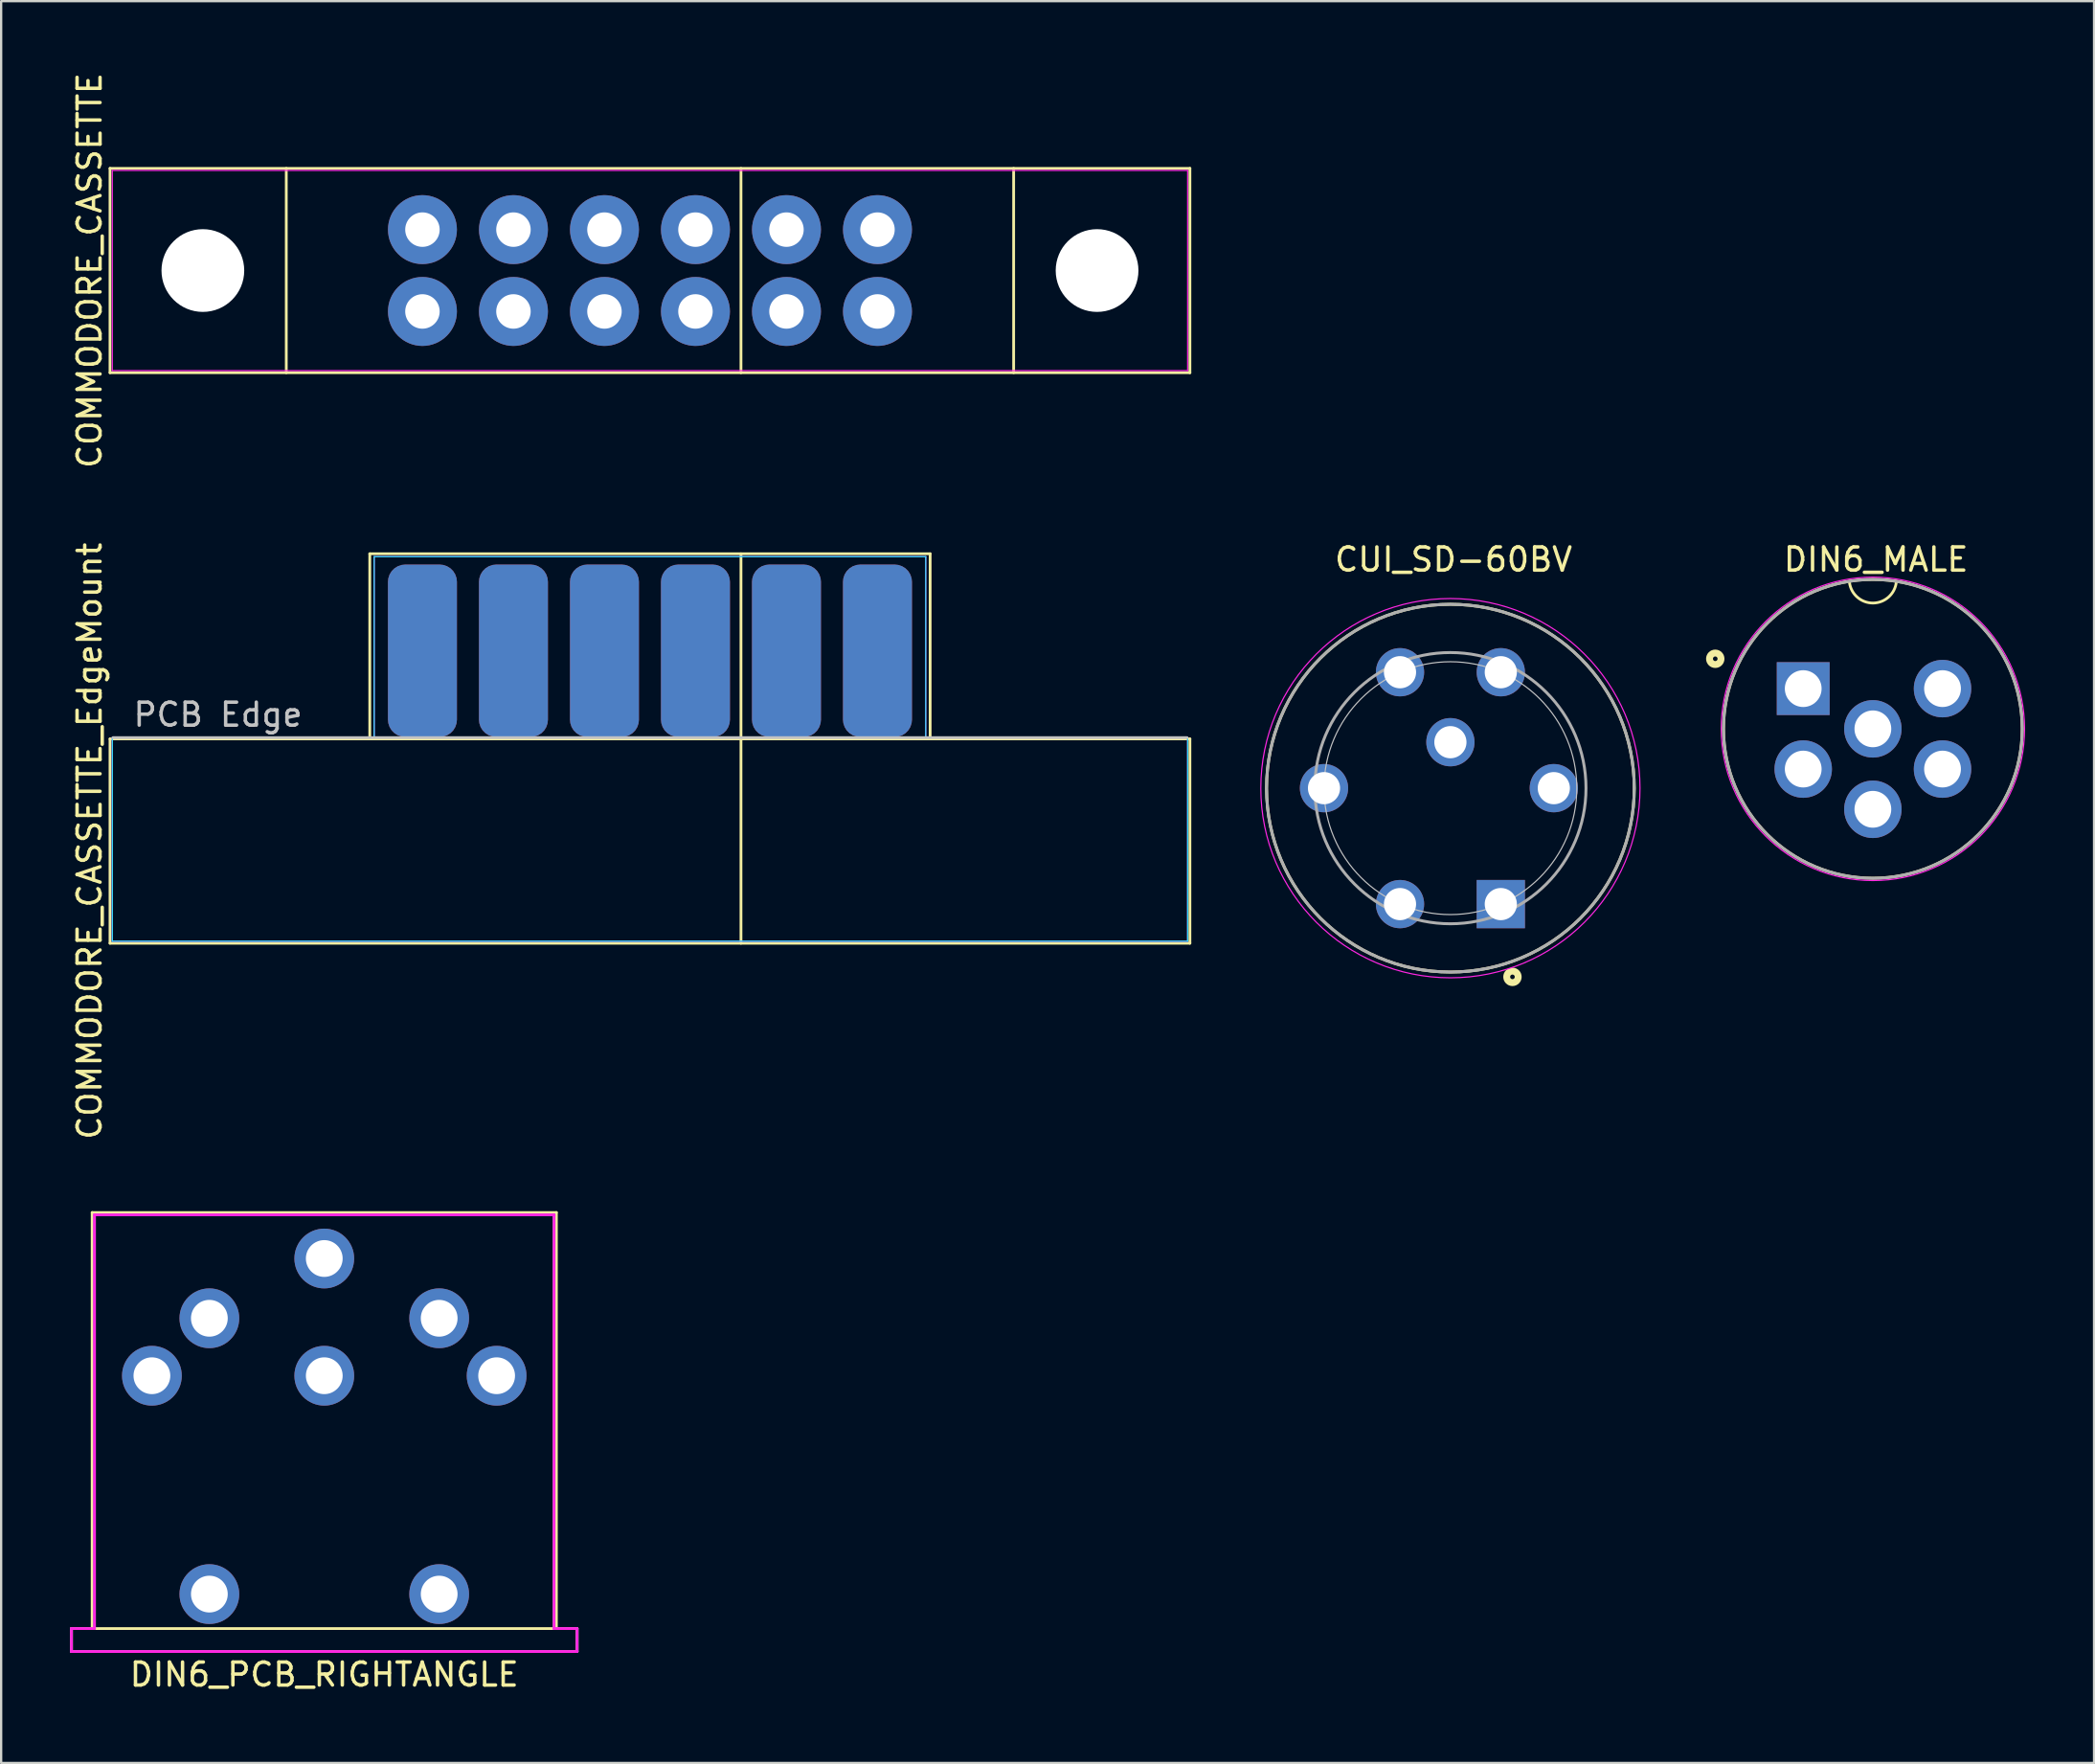
<source format=kicad_pcb>
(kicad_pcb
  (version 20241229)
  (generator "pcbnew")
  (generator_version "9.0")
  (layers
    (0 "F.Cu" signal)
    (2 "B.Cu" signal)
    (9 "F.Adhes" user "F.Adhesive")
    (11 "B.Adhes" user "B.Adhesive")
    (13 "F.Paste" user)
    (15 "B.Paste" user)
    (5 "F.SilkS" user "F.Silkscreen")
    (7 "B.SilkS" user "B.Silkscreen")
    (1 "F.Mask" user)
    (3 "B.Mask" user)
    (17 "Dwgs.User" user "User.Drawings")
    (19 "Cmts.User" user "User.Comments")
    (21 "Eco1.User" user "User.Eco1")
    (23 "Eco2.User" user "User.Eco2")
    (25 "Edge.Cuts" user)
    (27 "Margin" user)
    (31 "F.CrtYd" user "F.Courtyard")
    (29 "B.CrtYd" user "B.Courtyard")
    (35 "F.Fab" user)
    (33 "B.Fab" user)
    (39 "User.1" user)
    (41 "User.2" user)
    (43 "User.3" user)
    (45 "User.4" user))
  (footprint "DIN6_MALE"
    (layer "F.Cu")
    (at 78.445 28.659)
    (property "Reference" "DIN6_MALE" (at 0.135 -7.366 0) (layer "F.SilkS") (effects (font (size 1.008 1.008) (thickness 0.15))))
    (attr through_hole)
    (fp_arc (start 1.019923 -6.379536) (mid 0.014897 -5.473096) (end -1.015999 -6.350001) (stroke (width 0.12) (type solid)) (layer "F.SilkS"))
    (fp_circle (center -6.858 -3.048) (end -6.758 -3.048) (stroke (width 0.3) (type solid)) (fill no) (layer "F.SilkS"))
    (fp_circle (center 0 0) (end 6.5 0) (stroke (width 0.127) (type solid)) (fill no) (layer "F.SilkS"))
    (fp_circle (center 0 0) (end 6.6 0) (stroke (width 0.05) (type solid)) (fill no) (layer "F.CrtYd"))
    (fp_circle (center 0 0) (end 6.5 0) (stroke (width 0.127) (type solid)) (fill no) (layer "F.Fab"))
    (pad "1" thru_hole rect (at -3.031 -1.75) (size 2.3 2.3) (drill 1.6) (layers "*.Cu" "*.Mask"))
    (pad "2" thru_hole circle (at -3.031 1.75) (size 2.5 2.5) (drill 1.6) (layers "*.Cu" "*.Mask"))
    (pad "3" thru_hole circle (at 0 3.5) (size 2.5 2.5) (drill 1.6) (layers "*.Cu" "*.Mask"))
    (pad "4" thru_hole circle (at 3.031 1.75) (size 2.5 2.5) (drill 1.6) (layers "*.Cu" "*.Mask"))
    (pad "5" thru_hole circle (at 3.031 -1.75) (size 2.5 2.5) (drill 1.6) (layers "*.Cu" "*.Mask"))
    (pad "6" thru_hole circle (at 0 0) (size 2.5 2.5) (drill 1.6) (layers "*.Cu" "*.Mask")))
  (footprint "CUI_SD-60BV"
    (layer "F.Cu")
    (at 60.062 31.24)
    (property "Reference" "CUI_SD-60BV" (at 0.135 -9.947 0) (layer "F.SilkS") (effects (font (size 1.008 1.008) (thickness 0.15))))
    (attr through_hole)
    (fp_circle (center 0 0) (end 8 0) (stroke (width 0.127) (type solid)) (fill no) (layer "F.SilkS"))
    (fp_circle (center 2.7 8.21) (end 2.8 8.21) (stroke (width 0.3) (type solid)) (fill no) (layer "F.SilkS"))
    (fp_circle (center 0 0) (end 5.5 0) (stroke (width 0.05) (type solid)) (fill no) (layer "Dwgs.User"))
    (fp_circle (center 0 0) (end 8.25 0) (stroke (width 0.05) (type solid)) (fill no) (layer "F.CrtYd"))
    (fp_circle (center 0 0) (end 5.9 0) (stroke (width 0.127) (type solid)) (fill no) (layer "F.Fab"))
    (fp_circle (center 0 0) (end 8 0) (stroke (width 0.127) (type solid)) (fill no) (layer "F.Fab"))
    (pad "1" thru_hole rect (at 2.193 5.044) (size 2.1 2.1) (drill 1.4) (layers "*.Cu" "*.Mask"))
    (pad "2" thru_hole circle (at -2.193 5.044) (size 2.1 2.1) (drill 1.4) (layers "*.Cu" "*.Mask"))
    (pad "3" thru_hole circle (at -5.5 0) (size 2.1 2.1) (drill 1.4) (layers "*.Cu" "*.Mask"))
    (pad "4" thru_hole circle (at -2.193 -5.044) (size 2.1 2.1) (drill 1.4) (layers "*.Cu" "*.Mask"))
    (pad "5" thru_hole circle (at 2.193 -5.044) (size 2.1 2.1) (drill 1.4) (layers "*.Cu" "*.Mask"))
    (pad "6" thru_hole circle (at 0 -2) (size 2.1 2.1) (drill 1.4) (layers "*.Cu" "*.Mask"))
    (pad "S" thru_hole circle (at 4.5 0) (size 2.1 2.1) (drill 1.4) (layers "*.Cu" "*.Mask")))
  (footprint "COMMODORE_CASSETTE_EdgeMount"
    (layer "F.Cu")
    (at 25.232 29.042)
    (property "Reference" "COMMODORE_CASSETTE_EdgeMount" (at -24.384 4.5 90) (layer "F.SilkS") (effects (font (size 1 1) (thickness 0.15))))
    (attr through_hole)
    (fp_line (start -23.495 0.055) (end -23.495 8.945) (stroke (width 0.12) (type solid)) (layer "F.SilkS"))
    (fp_line (start -23.495 8.945) (end 23.495 8.945) (stroke (width 0.12) (type solid)) (layer "F.SilkS"))
    (fp_line (start -12.192 0.055) (end -12.192 -8) (stroke (width 0.12) (type solid)) (layer "F.SilkS"))
    (fp_line (start 3.96 -8) (end 3.96 8.945) (stroke (width 0.12) (type solid)) (layer "F.SilkS"))
    (fp_line (start 12.192 -8) (end -12.192 -8) (stroke (width 0.12) (type solid)) (layer "F.SilkS"))
    (fp_line (start 12.192 0.055) (end 12.192 -8) (stroke (width 0.12) (type solid)) (layer "F.SilkS"))
    (fp_line (start 23.495 0.055) (end -23.495 0.055) (stroke (width 0.12) (type solid)) (layer "F.SilkS"))
    (fp_line (start 23.495 8.945) (end 23.495 0.055) (stroke (width 0.12) (type solid)) (layer "F.SilkS"))
    (fp_line (start -23.368 0) (end 23.368 0) (stroke (width 0.12) (type solid)) (layer "Dwgs.User"))
    (fp_line (start -23.395 0) (end -12 0) (stroke (width 0.05) (type solid)) (layer "B.CrtYd"))
    (fp_line (start -23.395 8.855) (end -23.395 0) (stroke (width 0.05) (type solid)) (layer "B.CrtYd"))
    (fp_line (start -12 -7.874) (end 12 -7.874) (stroke (width 0.05) (type solid)) (layer "B.CrtYd"))
    (fp_line (start -12 0) (end -12 -7.874) (stroke (width 0.05) (type solid)) (layer "B.CrtYd"))
    (fp_line (start 12 -7.874) (end 12 0) (stroke (width 0.05) (type solid)) (layer "B.CrtYd"))
    (fp_line (start 23.395 0) (end 12 0) (stroke (width 0.05) (type solid)) (layer "B.CrtYd"))
    (fp_line (start 23.395 0) (end 23.395 8.855) (stroke (width 0.05) (type solid)) (layer "B.CrtYd"))
    (fp_line (start 23.395 8.855) (end -23.395 8.855) (stroke (width 0.05) (type solid)) (layer "B.CrtYd"))
    (fp_line (start -23.395 0) (end -12 0) (stroke (width 0.05) (type solid)) (layer "F.CrtYd"))
    (fp_line (start -23.395 8.855) (end -23.395 0) (stroke (width 0.05) (type solid)) (layer "F.CrtYd"))
    (fp_line (start -12 -7.874) (end 12 -7.874) (stroke (width 0.05) (type solid)) (layer "F.CrtYd"))
    (fp_line (start -12 0) (end -12 -7.874) (stroke (width 0.05) (type solid)) (layer "F.CrtYd"))
    (fp_line (start 12 -7.874) (end 12 0) (stroke (width 0.05) (type solid)) (layer "F.CrtYd"))
    (fp_line (start 23.395 0) (end 12 0) (stroke (width 0.05) (type solid)) (layer "F.CrtYd"))
    (fp_line (start 23.395 0) (end 23.395 8.855) (stroke (width 0.05) (type solid)) (layer "F.CrtYd"))
    (fp_line (start 23.395 8.855) (end -23.395 8.855) (stroke (width 0.05) (type solid)) (layer "F.CrtYd"))
    (fp_text user "PCB Edge" (at -18.796 -1 0) (layer "Dwgs.User") (effects (font (size 1 1) (thickness 0.15))))
    (pad "1" smd roundrect (at 9.9 -3.78) (size 3 7.5) (layers "F.Cu" "F.Mask" "F.Paste") (roundrect_rratio 0.25))
    (pad "1" smd roundrect (at 9.9 -3.78) (size 3 7.5) (layers "B.Cu" "B.Mask" "B.Paste") (roundrect_rratio 0.25))
    (pad "2" smd roundrect (at 5.94 -3.78) (size 3 7.5) (layers "F.Cu" "F.Mask" "F.Paste") (roundrect_rratio 0.25))
    (pad "2" smd roundrect (at 5.94 -3.78) (size 3 7.5) (layers "B.Cu" "B.Mask" "B.Paste") (roundrect_rratio 0.25))
    (pad "3" smd roundrect (at 1.98 -3.78) (size 3 7.5) (layers "F.Cu" "F.Mask" "F.Paste") (roundrect_rratio 0.25))
    (pad "3" smd roundrect (at 1.98 -3.78) (size 3 7.5) (layers "B.Cu" "B.Mask" "B.Paste") (roundrect_rratio 0.25))
    (pad "4" smd roundrect (at -1.98 -3.78) (size 3 7.5) (layers "F.Cu" "F.Mask" "F.Paste") (roundrect_rratio 0.25))
    (pad "4" smd roundrect (at -1.98 -3.78) (size 3 7.5) (layers "B.Cu" "B.Mask" "B.Paste") (roundrect_rratio 0.25))
    (pad "5" smd roundrect (at -5.94 -3.78) (size 3 7.5) (layers "F.Cu" "F.Mask" "F.Paste") (roundrect_rratio 0.25))
    (pad "5" smd roundrect (at -5.94 -3.78) (size 3 7.5) (layers "B.Cu" "B.Mask" "B.Paste") (roundrect_rratio 0.25))
    (pad "6" smd roundrect (at -9.9 -3.78) (size 3 7.5) (layers "F.Cu" "F.Mask" "F.Paste") (roundrect_rratio 0.25))
    (pad "6" smd roundrect (at -9.9 -3.78) (size 3 7.5) (layers "B.Cu" "B.Mask" "B.Paste") (roundrect_rratio 0.25)))
  (footprint "DIN6_PCB_RIGHTANGLE"
    (layer "F.Cu")
    (at 11.06 68.803)
    (property "Reference" "DIN6_PCB_RIGHTANGLE" (at 0 1 0) (layer "F.SilkS") (effects (font (size 1 1) (thickness 0.15))))
    (attr through_hole)
    (fp_line (start -11 -1) (end -10 -1) (stroke (width 0.12) (type solid)) (layer "F.SilkS"))
    (fp_line (start -11 0) (end -11 -1) (stroke (width 0.12) (type solid)) (layer "F.SilkS"))
    (fp_line (start -11 0) (end 11 0) (stroke (width 0.12) (type solid)) (layer "F.SilkS"))
    (fp_line (start -10.1 -19.1) (end -10.1 -1) (stroke (width 0.12) (type solid)) (layer "F.SilkS"))
    (fp_line (start -10 -1) (end 10 -1) (stroke (width 0.12) (type solid)) (layer "F.SilkS"))
    (fp_line (start 10 -1) (end 11 -1) (stroke (width 0.12) (type solid)) (layer "F.SilkS"))
    (fp_line (start 10.1 -19.1) (end -10.1 -19.1) (stroke (width 0.12) (type solid)) (layer "F.SilkS"))
    (fp_line (start 10.1 -1) (end 10.1 -19.1) (stroke (width 0.12) (type solid)) (layer "F.SilkS"))
    (fp_line (start 11 -1) (end 11 0) (stroke (width 0.12) (type solid)) (layer "F.SilkS"))
    (fp_line (start -11 -1) (end -10 -1) (stroke (width 0.12) (type solid)) (layer "F.CrtYd"))
    (fp_line (start -11 0) (end -11 -1) (stroke (width 0.12) (type solid)) (layer "F.CrtYd"))
    (fp_line (start -11 0) (end 11 0) (stroke (width 0.12) (type solid)) (layer "F.CrtYd"))
    (fp_line (start -10 -19) (end 10 -19) (stroke (width 0.12) (type solid)) (layer "F.CrtYd"))
    (fp_line (start -10 -1) (end -10 -19) (stroke (width 0.12) (type solid)) (layer "F.CrtYd"))
    (fp_line (start 10 -1) (end 10 -19) (stroke (width 0.12) (type solid)) (layer "F.CrtYd"))
    (fp_line (start 11 -1) (end 10 -1) (stroke (width 0.12) (type solid)) (layer "F.CrtYd"))
    (fp_line (start 11 0) (end 11 -1) (stroke (width 0.12) (type solid)) (layer "F.CrtYd"))
    (fp_line (start -11 -1) (end -10 -1) (stroke (width 0.12) (type solid)) (layer "F.Fab"))
    (fp_line (start -11 0) (end -11 -1) (stroke (width 0.12) (type solid)) (layer "F.Fab"))
    (fp_line (start -11 0) (end 11 0) (stroke (width 0.12) (type solid)) (layer "F.Fab"))
    (fp_line (start -10 -19) (end -10 -1) (stroke (width 0.12) (type solid)) (layer "F.Fab"))
    (fp_line (start 10 -19) (end -10 -19) (stroke (width 0.12) (type solid)) (layer "F.Fab"))
    (fp_line (start 10 -1) (end 10 -19) (stroke (width 0.12) (type solid)) (layer "F.Fab"))
    (fp_line (start 11 -1) (end 10 -1) (stroke (width 0.12) (type solid)) (layer "F.Fab"))
    (fp_line (start 11 0) (end 11 -1) (stroke (width 0.12) (type solid)) (layer "F.Fab"))
    (pad "" thru_hole circle (at -5 -2.5) (size 2.6 2.6) (drill 1.6) (layers "*.Cu" "*.Mask"))
    (pad "" thru_hole circle (at 5 -2.5) (size 2.6 2.6) (drill 1.6) (layers "*.Cu" "*.Mask"))
    (pad "1" thru_hole circle (at 7.5 -12) (size 2.6 2.6) (drill 1.6) (layers "*.Cu" "*.Mask"))
    (pad "2" thru_hole circle (at 0 -12) (size 2.6 2.6) (drill 1.6) (layers "*.Cu" "*.Mask"))
    (pad "3" thru_hole circle (at -7.5 -12) (size 2.6 2.6) (drill 1.6) (layers "*.Cu" "*.Mask"))
    (pad "4" thru_hole circle (at 5 -14.5) (size 2.6 2.6) (drill 1.6) (layers "*.Cu" "*.Mask"))
    (pad "5" thru_hole circle (at -5 -14.5) (size 2.6 2.6) (drill 1.6) (layers "*.Cu" "*.Mask"))
    (pad "6" thru_hole circle (at 0 -17.1) (size 2.6 2.6) (drill 1.6) (layers "*.Cu" "*.Mask")))
  (footprint "COMMODORE_CASSETTE"
    (layer "F.Cu")
    (at 25.232 8.72)
    (property "Reference" "COMMODORE_CASSETTE" (at -24.384 0 90) (layer "F.SilkS") (effects (font (size 1 1) (thickness 0.15))))
    (attr through_hole)
    (fp_line (start -23.495 -4.445) (end -23.495 4.445) (stroke (width 0.12) (type solid)) (layer "F.SilkS"))
    (fp_line (start -23.495 4.445) (end 23.495 4.445) (stroke (width 0.12) (type solid)) (layer "F.SilkS"))
    (fp_line (start -15.825 -4.445) (end -15.825 4.445) (stroke (width 0.12) (type solid)) (layer "F.SilkS"))
    (fp_line (start 3.96 -4.445) (end 3.96 4.445) (stroke (width 0.12) (type solid)) (layer "F.SilkS"))
    (fp_line (start 15.825 -4.445) (end 15.825 4.445) (stroke (width 0.12) (type solid)) (layer "F.SilkS"))
    (fp_line (start 23.495 -4.445) (end -23.495 -4.445) (stroke (width 0.12) (type solid)) (layer "F.SilkS"))
    (fp_line (start 23.495 4.445) (end 23.495 -4.445) (stroke (width 0.12) (type solid)) (layer "F.SilkS"))
    (fp_line (start -23.395 -4.355) (end 23.395 -4.355) (stroke (width 0.05) (type solid)) (layer "F.CrtYd"))
    (fp_line (start -23.395 4.355) (end -23.395 -4.355) (stroke (width 0.05) (type solid)) (layer "F.CrtYd"))
    (fp_line (start 23.395 -4.355) (end 23.395 4.355) (stroke (width 0.05) (type solid)) (layer "F.CrtYd"))
    (fp_line (start 23.395 4.355) (end -23.395 4.355) (stroke (width 0.05) (type solid)) (layer "F.CrtYd"))
    (pad "" np_thru_hole circle (at -19.455 0) (size 3.6 3.6) (drill 3.6) (layers "*.Cu" "*.Mask"))
    (pad "" np_thru_hole circle (at 19.455 0) (size 3.6 3.6) (drill 3.6) (layers "*.Cu" "*.Mask"))
    (pad "1" thru_hole circle (at 9.9 -1.78) (size 3 3) (drill 1.5) (layers "*.Cu" "*.Mask"))
    (pad "1" thru_hole circle (at 9.9 1.78) (size 3 3) (drill 1.5) (layers "*.Cu" "*.Mask"))
    (pad "2" thru_hole circle (at 5.94 -1.78) (size 3 3) (drill 1.5) (layers "*.Cu" "*.Mask"))
    (pad "2" thru_hole circle (at 5.94 1.78) (size 3 3) (drill 1.5) (layers "*.Cu" "*.Mask"))
    (pad "3" thru_hole circle (at 1.98 -1.78) (size 3 3) (drill 1.5) (layers "*.Cu" "*.Mask"))
    (pad "3" thru_hole circle (at 1.98 1.78) (size 3 3) (drill 1.5) (layers "*.Cu" "*.Mask"))
    (pad "4" thru_hole circle (at -1.98 -1.78) (size 3 3) (drill 1.5) (layers "*.Cu" "*.Mask"))
    (pad "4" thru_hole circle (at -1.98 1.78) (size 3 3) (drill 1.5) (layers "*.Cu" "*.Mask"))
    (pad "5" thru_hole circle (at -5.94 -1.78) (size 3 3) (drill 1.5) (layers "*.Cu" "*.Mask"))
    (pad "5" thru_hole circle (at -5.94 1.78) (size 3 3) (drill 1.5) (layers "*.Cu" "*.Mask"))
    (pad "6" thru_hole circle (at -9.9 -1.78) (size 3 3) (drill 1.5) (layers "*.Cu" "*.Mask"))
    (pad "6" thru_hole circle (at -9.9 1.78) (size 3 3) (drill 1.5) (layers "*.Cu" "*.Mask")))
  (gr_rect
    (start -3 -3)
    (end 88.07 73.651)
    (stroke (width 0.1) (type default))
    (fill no)
    (layer "Edge.Cuts")))
</source>
